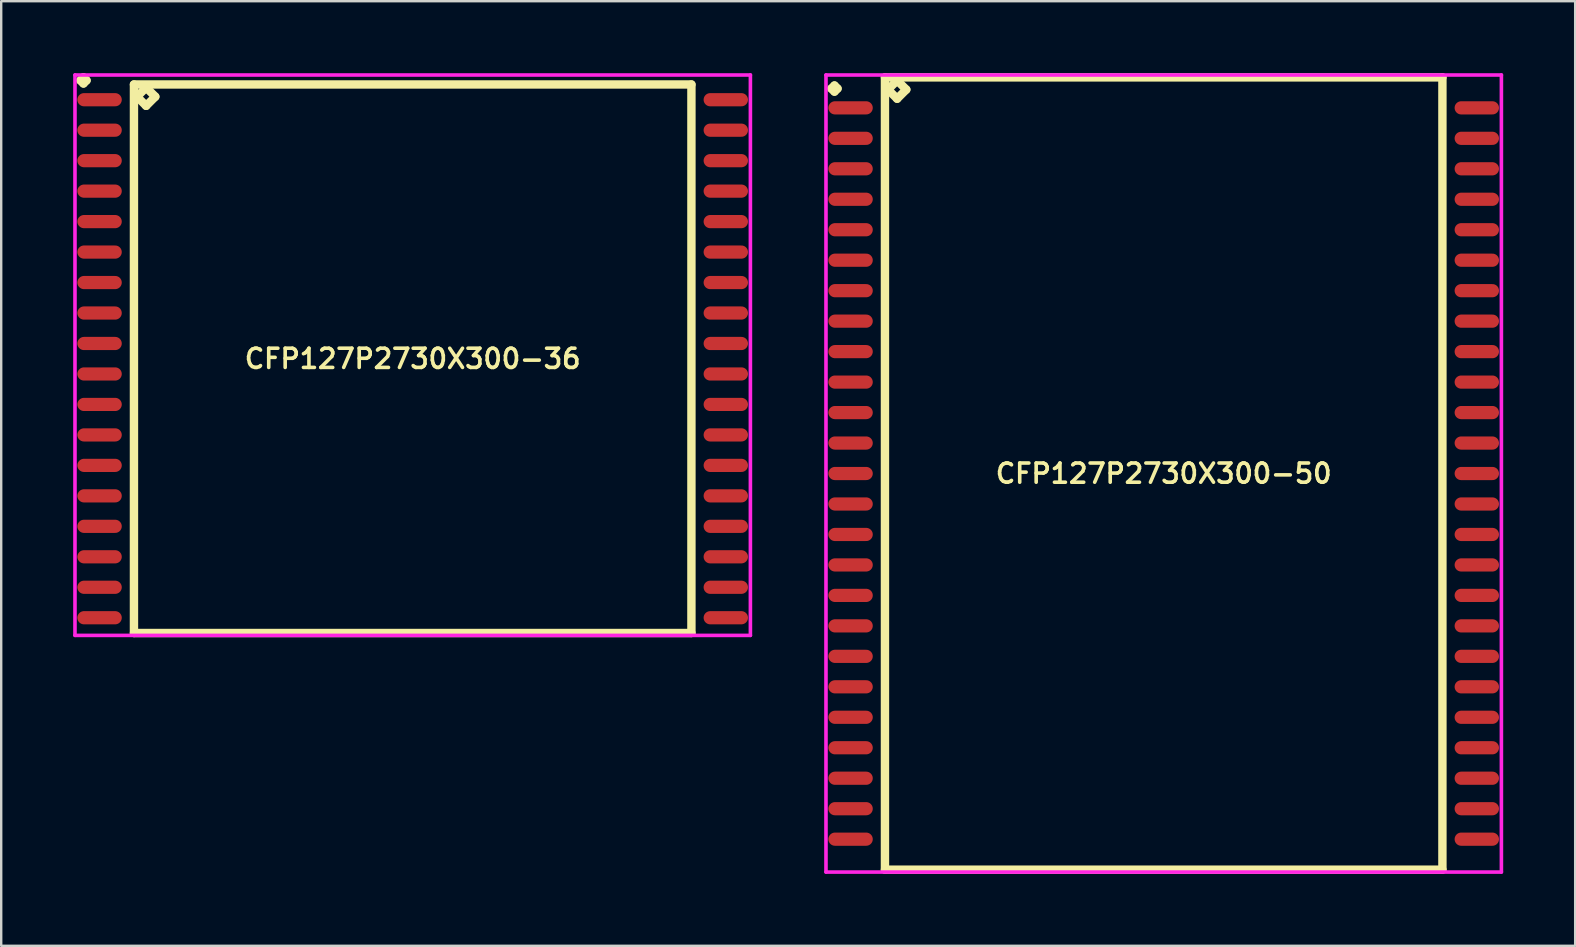
<source format=kicad_pcb>
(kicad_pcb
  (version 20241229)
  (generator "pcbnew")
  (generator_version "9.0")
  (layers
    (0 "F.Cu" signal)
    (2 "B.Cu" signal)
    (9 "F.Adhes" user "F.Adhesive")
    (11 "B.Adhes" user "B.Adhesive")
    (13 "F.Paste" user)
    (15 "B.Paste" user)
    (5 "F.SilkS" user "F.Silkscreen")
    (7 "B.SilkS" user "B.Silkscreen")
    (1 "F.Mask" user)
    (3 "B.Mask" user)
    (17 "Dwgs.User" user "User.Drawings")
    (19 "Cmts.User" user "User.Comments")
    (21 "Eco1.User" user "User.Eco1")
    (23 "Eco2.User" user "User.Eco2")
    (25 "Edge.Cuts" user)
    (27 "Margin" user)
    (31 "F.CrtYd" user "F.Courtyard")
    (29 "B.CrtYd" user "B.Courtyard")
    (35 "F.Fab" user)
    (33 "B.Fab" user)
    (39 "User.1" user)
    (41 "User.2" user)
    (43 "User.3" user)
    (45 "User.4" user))
  (footprint "CFP127P2730X300-36"
    (layer "F.Cu")
    (at 14.15 11.901)
    (property "Reference" "CFP127P2730X300-36" (at 0 0 0) (layer "F.SilkS") (effects (font (size 0.8 0.8) (thickness 0.15))))
    (attr smd)
    (fp_line (start -13.848 -11.599) (end -13.721 -11.726) (stroke (width 0.35) (type solid)) (layer "F.SilkS"))
    (fp_line (start -13.721 -11.726) (end -13.594 -11.599) (stroke (width 0.35) (type solid)) (layer "F.SilkS"))
    (fp_line (start -13.721 -11.472) (end -13.848 -11.599) (stroke (width 0.35) (type solid)) (layer "F.SilkS"))
    (fp_line (start -13.594 -11.599) (end -13.721 -11.472) (stroke (width 0.35) (type solid)) (layer "F.SilkS"))
    (fp_line (start -11.617 -11.43) (end -11.617 11.43) (stroke (width 0.35) (type solid)) (layer "F.SilkS"))
    (fp_line (start -11.617 11.43) (end 11.617 11.43) (stroke (width 0.35) (type solid)) (layer "F.SilkS"))
    (fp_line (start -11.49 -10.922) (end -11.109 -11.303) (stroke (width 0.35) (type solid)) (layer "F.SilkS"))
    (fp_line (start -11.109 -11.303) (end -10.728 -10.922) (stroke (width 0.35) (type solid)) (layer "F.SilkS"))
    (fp_line (start -11.109 -10.541) (end -11.49 -10.922) (stroke (width 0.35) (type solid)) (layer "F.SilkS"))
    (fp_line (start -10.728 -10.922) (end -11.109 -10.541) (stroke (width 0.35) (type solid)) (layer "F.SilkS"))
    (fp_line (start 11.617 -11.43) (end -11.617 -11.43) (stroke (width 0.35) (type solid)) (layer "F.SilkS"))
    (fp_line (start 11.617 11.43) (end 11.617 -11.43) (stroke (width 0.35) (type solid)) (layer "F.SilkS"))
    (fp_line (start -14.075 -11.826) (end 14.075 -11.826) (stroke (width 0.15) (type solid)) (layer "F.CrtYd"))
    (fp_line (start -14.075 11.53) (end -14.075 -11.826) (stroke (width 0.15) (type solid)) (layer "F.CrtYd"))
    (fp_line (start 14.075 -11.826) (end 14.075 11.53) (stroke (width 0.15) (type solid)) (layer "F.CrtYd"))
    (fp_line (start 14.075 11.53) (end -14.075 11.53) (stroke (width 0.15) (type solid)) (layer "F.CrtYd"))
    (pad "1" smd oval (at -13.05 -10.795) (size 1.85 0.55) (layers "F.Cu" "F.Mask" "F.Paste"))
    (pad "2" smd oval (at -13.05 -9.525) (size 1.85 0.55) (layers "F.Cu" "F.Mask" "F.Paste"))
    (pad "3" smd oval (at -13.05 -8.255) (size 1.85 0.55) (layers "F.Cu" "F.Mask" "F.Paste"))
    (pad "4" smd oval (at -13.05 -6.985) (size 1.85 0.55) (layers "F.Cu" "F.Mask" "F.Paste"))
    (pad "5" smd oval (at -13.05 -5.715) (size 1.85 0.55) (layers "F.Cu" "F.Mask" "F.Paste"))
    (pad "6" smd oval (at -13.05 -4.445) (size 1.85 0.55) (layers "F.Cu" "F.Mask" "F.Paste"))
    (pad "7" smd oval (at -13.05 -3.175) (size 1.85 0.55) (layers "F.Cu" "F.Mask" "F.Paste"))
    (pad "8" smd oval (at -13.05 -1.905) (size 1.85 0.55) (layers "F.Cu" "F.Mask" "F.Paste"))
    (pad "9" smd oval (at -13.05 -0.635) (size 1.85 0.55) (layers "F.Cu" "F.Mask" "F.Paste"))
    (pad "10" smd oval (at -13.05 0.635) (size 1.85 0.55) (layers "F.Cu" "F.Mask" "F.Paste"))
    (pad "11" smd oval (at -13.05 1.905) (size 1.85 0.55) (layers "F.Cu" "F.Mask" "F.Paste"))
    (pad "12" smd oval (at -13.05 3.175) (size 1.85 0.55) (layers "F.Cu" "F.Mask" "F.Paste"))
    (pad "13" smd oval (at -13.05 4.445) (size 1.85 0.55) (layers "F.Cu" "F.Mask" "F.Paste"))
    (pad "14" smd oval (at -13.05 5.715) (size 1.85 0.55) (layers "F.Cu" "F.Mask" "F.Paste"))
    (pad "15" smd oval (at -13.05 6.985) (size 1.85 0.55) (layers "F.Cu" "F.Mask" "F.Paste"))
    (pad "16" smd oval (at -13.05 8.255) (size 1.85 0.55) (layers "F.Cu" "F.Mask" "F.Paste"))
    (pad "17" smd oval (at -13.05 9.525) (size 1.85 0.55) (layers "F.Cu" "F.Mask" "F.Paste"))
    (pad "18" smd oval (at -13.05 10.795) (size 1.85 0.55) (layers "F.Cu" "F.Mask" "F.Paste"))
    (pad "19" smd oval (at 13.05 10.795) (size 1.85 0.55) (layers "F.Cu" "F.Mask" "F.Paste"))
    (pad "20" smd oval (at 13.05 9.525) (size 1.85 0.55) (layers "F.Cu" "F.Mask" "F.Paste"))
    (pad "21" smd oval (at 13.05 8.255) (size 1.85 0.55) (layers "F.Cu" "F.Mask" "F.Paste"))
    (pad "22" smd oval (at 13.05 6.985) (size 1.85 0.55) (layers "F.Cu" "F.Mask" "F.Paste"))
    (pad "23" smd oval (at 13.05 5.715) (size 1.85 0.55) (layers "F.Cu" "F.Mask" "F.Paste"))
    (pad "24" smd oval (at 13.05 4.445) (size 1.85 0.55) (layers "F.Cu" "F.Mask" "F.Paste"))
    (pad "25" smd oval (at 13.05 3.175) (size 1.85 0.55) (layers "F.Cu" "F.Mask" "F.Paste"))
    (pad "26" smd oval (at 13.05 1.905) (size 1.85 0.55) (layers "F.Cu" "F.Mask" "F.Paste"))
    (pad "27" smd oval (at 13.05 0.635) (size 1.85 0.55) (layers "F.Cu" "F.Mask" "F.Paste"))
    (pad "28" smd oval (at 13.05 -0.635) (size 1.85 0.55) (layers "F.Cu" "F.Mask" "F.Paste"))
    (pad "29" smd oval (at 13.05 -1.905) (size 1.85 0.55) (layers "F.Cu" "F.Mask" "F.Paste"))
    (pad "30" smd oval (at 13.05 -3.175) (size 1.85 0.55) (layers "F.Cu" "F.Mask" "F.Paste"))
    (pad "31" smd oval (at 13.05 -4.445) (size 1.85 0.55) (layers "F.Cu" "F.Mask" "F.Paste"))
    (pad "32" smd oval (at 13.05 -5.715) (size 1.85 0.55) (layers "F.Cu" "F.Mask" "F.Paste"))
    (pad "33" smd oval (at 13.05 -6.985) (size 1.85 0.55) (layers "F.Cu" "F.Mask" "F.Paste"))
    (pad "34" smd oval (at 13.05 -8.255) (size 1.85 0.55) (layers "F.Cu" "F.Mask" "F.Paste"))
    (pad "35" smd oval (at 13.05 -9.525) (size 1.85 0.55) (layers "F.Cu" "F.Mask" "F.Paste"))
    (pad "36" smd oval (at 13.05 -10.795) (size 1.85 0.55) (layers "F.Cu" "F.Mask" "F.Paste")))
  (footprint "CFP127P2730X300-50"
    (layer "F.Cu")
    (at 45.45 16.685)
    (property "Reference" "CFP127P2730X300-50" (at 0 0 0) (layer "F.SilkS") (effects (font (size 0.8 0.8) (thickness 0.15))))
    (attr smd)
    (fp_line (start -13.848 -16.044) (end -13.721 -16.171) (stroke (width 0.35) (type solid)) (layer "F.SilkS"))
    (fp_line (start -13.721 -16.171) (end -13.594 -16.044) (stroke (width 0.35) (type solid)) (layer "F.SilkS"))
    (fp_line (start -13.721 -15.917) (end -13.848 -16.044) (stroke (width 0.35) (type solid)) (layer "F.SilkS"))
    (fp_line (start -13.594 -16.044) (end -13.721 -15.917) (stroke (width 0.35) (type solid)) (layer "F.SilkS"))
    (fp_line (start -11.617 -16.51) (end -11.617 16.51) (stroke (width 0.35) (type solid)) (layer "F.SilkS"))
    (fp_line (start -11.617 16.51) (end 11.617 16.51) (stroke (width 0.35) (type solid)) (layer "F.SilkS"))
    (fp_line (start -11.49 -16.002) (end -11.109 -16.383) (stroke (width 0.35) (type solid)) (layer "F.SilkS"))
    (fp_line (start -11.109 -16.383) (end -10.728 -16.002) (stroke (width 0.35) (type solid)) (layer "F.SilkS"))
    (fp_line (start -11.109 -15.621) (end -11.49 -16.002) (stroke (width 0.35) (type solid)) (layer "F.SilkS"))
    (fp_line (start -10.728 -16.002) (end -11.109 -15.621) (stroke (width 0.35) (type solid)) (layer "F.SilkS"))
    (fp_line (start 11.617 -16.51) (end -11.617 -16.51) (stroke (width 0.35) (type solid)) (layer "F.SilkS"))
    (fp_line (start 11.617 16.51) (end 11.617 -16.51) (stroke (width 0.35) (type solid)) (layer "F.SilkS"))
    (fp_line (start -14.075 -16.61) (end 14.075 -16.61) (stroke (width 0.15) (type solid)) (layer "F.CrtYd"))
    (fp_line (start -14.075 16.61) (end -14.075 -16.61) (stroke (width 0.15) (type solid)) (layer "F.CrtYd"))
    (fp_line (start 14.075 -16.61) (end 14.075 16.61) (stroke (width 0.15) (type solid)) (layer "F.CrtYd"))
    (fp_line (start 14.075 16.61) (end -14.075 16.61) (stroke (width 0.15) (type solid)) (layer "F.CrtYd"))
    (pad "1" smd oval (at -13.05 -15.24) (size 1.85 0.55) (layers "F.Cu" "F.Mask" "F.Paste"))
    (pad "2" smd oval (at -13.05 -13.97) (size 1.85 0.55) (layers "F.Cu" "F.Mask" "F.Paste"))
    (pad "3" smd oval (at -13.05 -12.7) (size 1.85 0.55) (layers "F.Cu" "F.Mask" "F.Paste"))
    (pad "4" smd oval (at -13.05 -11.43) (size 1.85 0.55) (layers "F.Cu" "F.Mask" "F.Paste"))
    (pad "5" smd oval (at -13.05 -10.16) (size 1.85 0.55) (layers "F.Cu" "F.Mask" "F.Paste"))
    (pad "6" smd oval (at -13.05 -8.89) (size 1.85 0.55) (layers "F.Cu" "F.Mask" "F.Paste"))
    (pad "7" smd oval (at -13.05 -7.62) (size 1.85 0.55) (layers "F.Cu" "F.Mask" "F.Paste"))
    (pad "8" smd oval (at -13.05 -6.35) (size 1.85 0.55) (layers "F.Cu" "F.Mask" "F.Paste"))
    (pad "9" smd oval (at -13.05 -5.08) (size 1.85 0.55) (layers "F.Cu" "F.Mask" "F.Paste"))
    (pad "10" smd oval (at -13.05 -3.81) (size 1.85 0.55) (layers "F.Cu" "F.Mask" "F.Paste"))
    (pad "11" smd oval (at -13.05 -2.54) (size 1.85 0.55) (layers "F.Cu" "F.Mask" "F.Paste"))
    (pad "12" smd oval (at -13.05 -1.27) (size 1.85 0.55) (layers "F.Cu" "F.Mask" "F.Paste"))
    (pad "13" smd oval (at -13.05 0) (size 1.85 0.55) (layers "F.Cu" "F.Mask" "F.Paste"))
    (pad "14" smd oval (at -13.05 1.27) (size 1.85 0.55) (layers "F.Cu" "F.Mask" "F.Paste"))
    (pad "15" smd oval (at -13.05 2.54) (size 1.85 0.55) (layers "F.Cu" "F.Mask" "F.Paste"))
    (pad "16" smd oval (at -13.05 3.81) (size 1.85 0.55) (layers "F.Cu" "F.Mask" "F.Paste"))
    (pad "17" smd oval (at -13.05 5.08) (size 1.85 0.55) (layers "F.Cu" "F.Mask" "F.Paste"))
    (pad "18" smd oval (at -13.05 6.35) (size 1.85 0.55) (layers "F.Cu" "F.Mask" "F.Paste"))
    (pad "19" smd oval (at -13.05 7.62) (size 1.85 0.55) (layers "F.Cu" "F.Mask" "F.Paste"))
    (pad "20" smd oval (at -13.05 8.89) (size 1.85 0.55) (layers "F.Cu" "F.Mask" "F.Paste"))
    (pad "21" smd oval (at -13.05 10.16) (size 1.85 0.55) (layers "F.Cu" "F.Mask" "F.Paste"))
    (pad "22" smd oval (at -13.05 11.43) (size 1.85 0.55) (layers "F.Cu" "F.Mask" "F.Paste"))
    (pad "23" smd oval (at -13.05 12.7) (size 1.85 0.55) (layers "F.Cu" "F.Mask" "F.Paste"))
    (pad "24" smd oval (at -13.05 13.97) (size 1.85 0.55) (layers "F.Cu" "F.Mask" "F.Paste"))
    (pad "25" smd oval (at -13.05 15.24) (size 1.85 0.55) (layers "F.Cu" "F.Mask" "F.Paste"))
    (pad "26" smd oval (at 13.05 15.24) (size 1.85 0.55) (layers "F.Cu" "F.Mask" "F.Paste"))
    (pad "27" smd oval (at 13.05 13.97) (size 1.85 0.55) (layers "F.Cu" "F.Mask" "F.Paste"))
    (pad "28" smd oval (at 13.05 12.7) (size 1.85 0.55) (layers "F.Cu" "F.Mask" "F.Paste"))
    (pad "29" smd oval (at 13.05 11.43) (size 1.85 0.55) (layers "F.Cu" "F.Mask" "F.Paste"))
    (pad "30" smd oval (at 13.05 10.16) (size 1.85 0.55) (layers "F.Cu" "F.Mask" "F.Paste"))
    (pad "31" smd oval (at 13.05 8.89) (size 1.85 0.55) (layers "F.Cu" "F.Mask" "F.Paste"))
    (pad "32" smd oval (at 13.05 7.62) (size 1.85 0.55) (layers "F.Cu" "F.Mask" "F.Paste"))
    (pad "33" smd oval (at 13.05 6.35) (size 1.85 0.55) (layers "F.Cu" "F.Mask" "F.Paste"))
    (pad "34" smd oval (at 13.05 5.08) (size 1.85 0.55) (layers "F.Cu" "F.Mask" "F.Paste"))
    (pad "35" smd oval (at 13.05 3.81) (size 1.85 0.55) (layers "F.Cu" "F.Mask" "F.Paste"))
    (pad "36" smd oval (at 13.05 2.54) (size 1.85 0.55) (layers "F.Cu" "F.Mask" "F.Paste"))
    (pad "37" smd oval (at 13.05 1.27) (size 1.85 0.55) (layers "F.Cu" "F.Mask" "F.Paste"))
    (pad "38" smd oval (at 13.05 0) (size 1.85 0.55) (layers "F.Cu" "F.Mask" "F.Paste"))
    (pad "39" smd oval (at 13.05 -1.27) (size 1.85 0.55) (layers "F.Cu" "F.Mask" "F.Paste"))
    (pad "40" smd oval (at 13.05 -2.54) (size 1.85 0.55) (layers "F.Cu" "F.Mask" "F.Paste"))
    (pad "41" smd oval (at 13.05 -3.81) (size 1.85 0.55) (layers "F.Cu" "F.Mask" "F.Paste"))
    (pad "42" smd oval (at 13.05 -5.08) (size 1.85 0.55) (layers "F.Cu" "F.Mask" "F.Paste"))
    (pad "43" smd oval (at 13.05 -6.35) (size 1.85 0.55) (layers "F.Cu" "F.Mask" "F.Paste"))
    (pad "44" smd oval (at 13.05 -7.62) (size 1.85 0.55) (layers "F.Cu" "F.Mask" "F.Paste"))
    (pad "45" smd oval (at 13.05 -8.89) (size 1.85 0.55) (layers "F.Cu" "F.Mask" "F.Paste"))
    (pad "46" smd oval (at 13.05 -10.16) (size 1.85 0.55) (layers "F.Cu" "F.Mask" "F.Paste"))
    (pad "47" smd oval (at 13.05 -11.43) (size 1.85 0.55) (layers "F.Cu" "F.Mask" "F.Paste"))
    (pad "48" smd oval (at 13.05 -12.7) (size 1.85 0.55) (layers "F.Cu" "F.Mask" "F.Paste"))
    (pad "49" smd oval (at 13.05 -13.97) (size 1.85 0.55) (layers "F.Cu" "F.Mask" "F.Paste"))
    (pad "50" smd oval (at 13.05 -15.24) (size 1.85 0.55) (layers "F.Cu" "F.Mask" "F.Paste")))
  (gr_rect
    (start -3 -3)
    (end 62.6 36.37)
    (stroke (width 0.1) (type default))
    (fill no)
    (layer "Edge.Cuts")))
</source>
